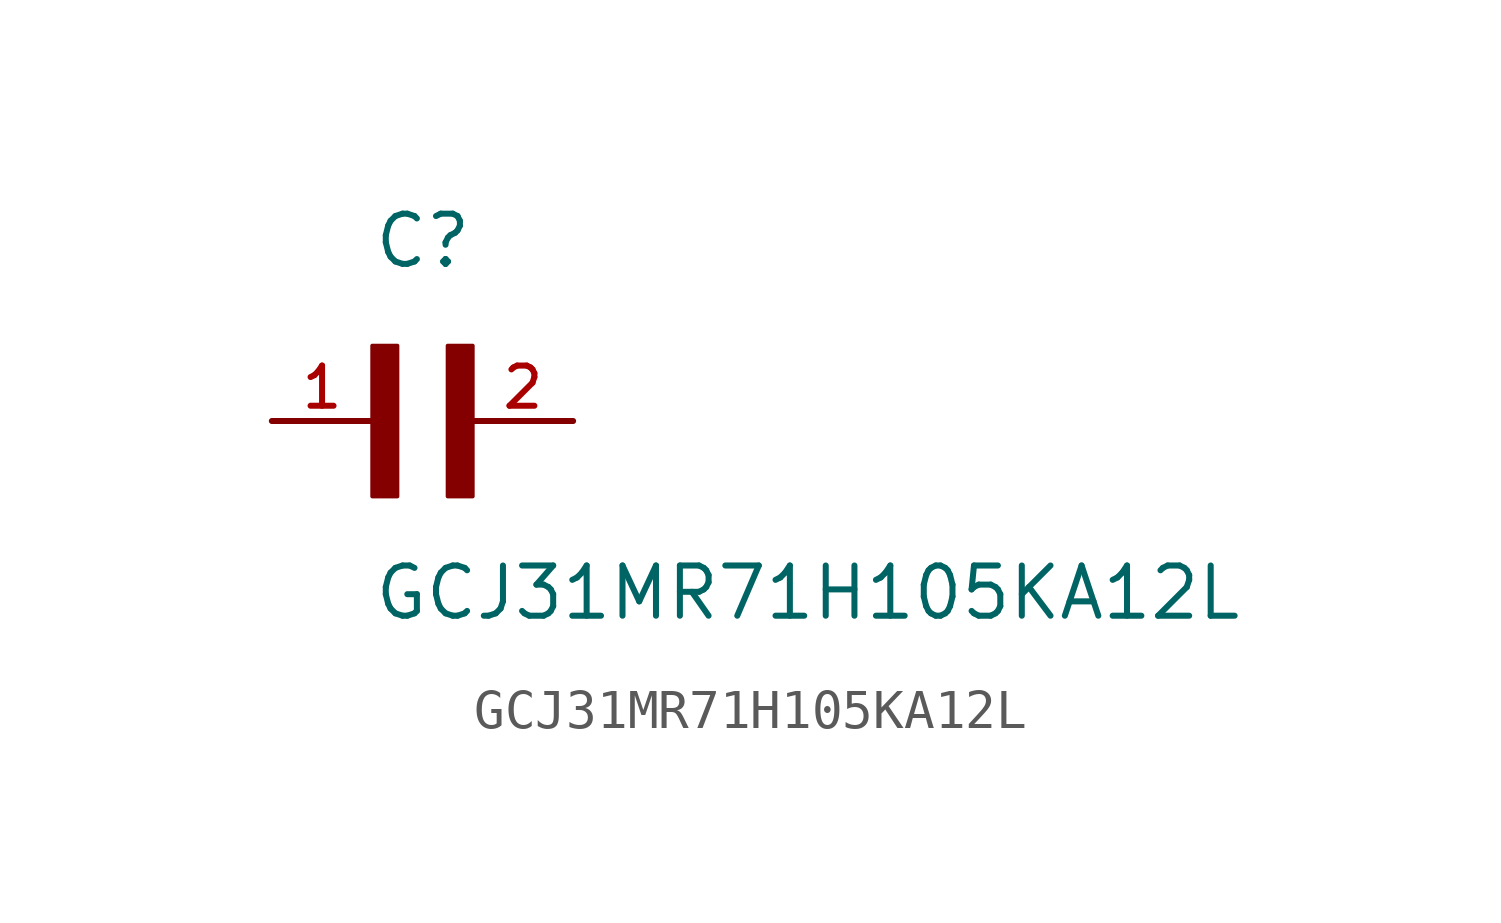
<source format=kicad_sym>
(kicad_symbol_lib
  (version 20211014)
  (generator kicad_symbol_editor)
  (symbol "GCJ31MR71H105KA12L"
    (pin_names
      (offset 1.016))
    (property "Reference" "C"
      (at 0.0 3.811 0)
      (effects (font (size 1.27 1.27)) (justify bottom left)))
    (property "Value" "GCJ31MR71H105KA12L"
      (at 0.0 -5.088 0)
      (effects (font (size 1.27 1.27)) (justify bottom left)))
    (symbol "GCJ31MR71H105KA12L_0_0"
      (rectangle (start 0.0 -1.907) (end 0.635 1.905) (stroke (width 0.1)) (fill (type outline)))
      (rectangle (start 1.907 -1.907) (end 2.54 1.905) (stroke (width 0.1)) (fill (type outline)))
      (pin passive line (at 5.08 0.0 180.0) (length 2.54) (name "~" (effects (font (size 1.016 1.016)))) (number "2" (effects (font (size 1.016 1.016)))))
      (pin passive line (at -2.54 0.0 0) (length 2.54) (name "~" (effects (font (size 1.016 1.016)))) (number "1" (effects (font (size 1.016 1.016))))))))
</source>
